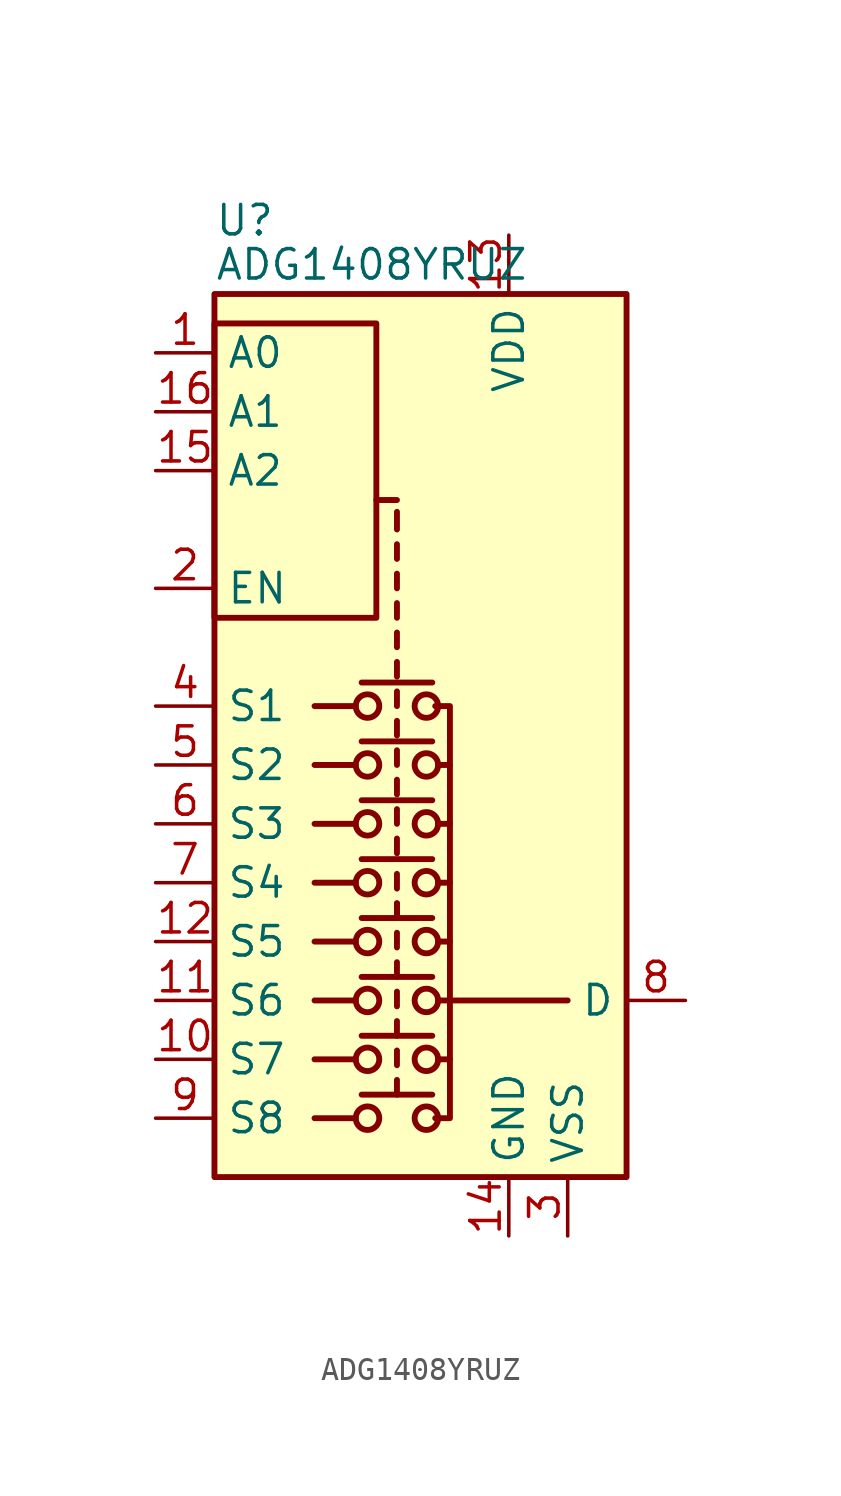
<source format=kicad_sym>
(kicad_symbol_lib
  (version 20220914)
  (generator kicad_symbol_editor)
  (symbol "ADG1408YRUZ"
    (property "Reference" "U"
      (at -7.62 23.495 0)
      (effects (font (size 1.27 1.27)) (justify left)))
    (property "Value" "ADG1408YRUZ"
      (at -7.62 21.59 0)
      (effects (font (size 1.27 1.27)) (justify left)))
    (symbol "ADG1408YRUZ_0_0"
      (pin power_in line (at 5.08 -20.32 90) (length 2.54) (name "GND" (effects (font (size 1.27 1.27)))) (number "14" (effects (font (size 1.27 1.27))))))
    (symbol "ADG1408YRUZ_0_1"
      (rectangle (start -7.62 6.35) (end -0.635 19.05) (stroke (width 0.254) (type default)) (fill (type none)))
      (rectangle (start -7.62 20.32) (end 10.16 -17.78) (stroke (width 0.254) (type default)) (fill (type background)))
      (circle (center -1.016 -15.24) (radius 0.508) (stroke (width 0.254) (type default)) (fill (type none)))
      (circle (center -1.016 -12.7) (radius 0.508) (stroke (width 0.254) (type default)) (fill (type none)))
      (circle (center -1.016 -10.16) (radius 0.508) (stroke (width 0.254) (type default)) (fill (type none)))
      (circle (center -1.016 -7.62) (radius 0.508) (stroke (width 0.254) (type default)) (fill (type none)))
      (circle (center -1.016 -5.08) (radius 0.508) (stroke (width 0.254) (type default)) (fill (type none)))
      (circle (center -1.016 -2.54) (radius 0.508) (stroke (width 0.254) (type default)) (fill (type none)))
      (circle (center -1.016 0) (radius 0.508) (stroke (width 0.254) (type default)) (fill (type none)))
      (circle (center -1.016 2.54) (radius 0.508) (stroke (width 0.254) (type default)) (fill (type none)))
      (polyline (pts (xy -1.524 -15.24) (xy -3.302 -15.24)) (stroke (width 0.254) (type default)) (fill (type none)))
      (polyline (pts (xy -1.524 -12.7) (xy -3.302 -12.7)) (stroke (width 0.254) (type default)) (fill (type none)))
      (polyline (pts (xy -1.524 -10.16) (xy -3.302 -10.16)) (stroke (width 0.254) (type default)) (fill (type none)))
      (polyline (pts (xy -1.524 -7.62) (xy -3.302 -7.62)) (stroke (width 0.254) (type default)) (fill (type none)))
      (polyline (pts (xy -1.524 -5.08) (xy -3.302 -5.08)) (stroke (width 0.254) (type default)) (fill (type none)))
      (polyline (pts (xy -1.524 -2.54) (xy -3.302 -2.54)) (stroke (width 0.254) (type default)) (fill (type none)))
      (polyline (pts (xy -1.524 0) (xy -3.302 0)) (stroke (width 0.254) (type default)) (fill (type none)))
      (polyline (pts (xy -1.524 2.54) (xy -3.302 2.54)) (stroke (width 0.254) (type default)) (fill (type none)))
      (polyline (pts (xy -1.27 -14.224) (xy 1.778 -14.224)) (stroke (width 0.254) (type default)) (fill (type none)))
      (polyline (pts (xy -1.27 -11.684) (xy 1.778 -11.684)) (stroke (width 0.254) (type default)) (fill (type none)))
      (polyline (pts (xy -1.27 -9.144) (xy 1.778 -9.144)) (stroke (width 0.254) (type default)) (fill (type none)))
      (polyline (pts (xy -1.27 -6.604) (xy 1.778 -6.604)) (stroke (width 0.254) (type default)) (fill (type none)))
      (polyline (pts (xy -1.27 -4.064) (xy 1.778 -4.064)) (stroke (width 0.254) (type default)) (fill (type none)))
      (polyline (pts (xy -1.27 -1.524) (xy 1.778 -1.524)) (stroke (width 0.254) (type default)) (fill (type none)))
      (polyline (pts (xy -1.27 1.016) (xy 1.778 1.016)) (stroke (width 0.254) (type default)) (fill (type none)))
      (polyline (pts (xy -1.27 3.556) (xy 1.778 3.556)) (stroke (width 0.254) (type default)) (fill (type none)))
      (polyline (pts (xy -0.635 11.43) (xy 0 11.43)) (stroke (width 0.254) (type default)) (fill (type none)))
      (polyline (pts (xy 0.254 -14.224) (xy 0.254 -13.589)) (stroke (width 0.254) (type default)) (fill (type none)))
      (polyline (pts (xy 0.254 -12.954) (xy 0.254 -12.319)) (stroke (width 0.254) (type default)) (fill (type none)))
      (polyline (pts (xy 0.254 -11.684) (xy 0.254 -11.049)) (stroke (width 0.254) (type default)) (fill (type none)))
      (polyline (pts (xy 0.254 -10.414) (xy 0.254 -9.779)) (stroke (width 0.254) (type default)) (fill (type none)))
      (polyline (pts (xy 0.254 -9.144) (xy 0.254 -8.509)) (stroke (width 0.254) (type default)) (fill (type none)))
      (polyline (pts (xy 0.254 -7.874) (xy 0.254 -7.239)) (stroke (width 0.254) (type default)) (fill (type none)))
      (polyline (pts (xy 0.254 -6.604) (xy 0.254 -5.969)) (stroke (width 0.254) (type default)) (fill (type none)))
      (polyline (pts (xy 0.254 -6.604) (xy 0.254 -5.969)) (stroke (width 0.254) (type default)) (fill (type none)))
      (polyline (pts (xy 0.254 -5.334) (xy 0.254 -4.699)) (stroke (width 0.254) (type default)) (fill (type none)))
      (polyline (pts (xy 0.254 -3.81) (xy 0.254 -3.175)) (stroke (width 0.254) (type default)) (fill (type none)))
      (polyline (pts (xy 0.254 -2.54) (xy 0.254 -1.905)) (stroke (width 0.254) (type default)) (fill (type none)))
      (polyline (pts (xy 0.254 -1.27) (xy 0.254 -0.635)) (stroke (width 0.254) (type default)) (fill (type none)))
      (polyline (pts (xy 0.254 0) (xy 0.254 0.635)) (stroke (width 0.254) (type default)) (fill (type none)))
      (polyline (pts (xy 0.254 1.27) (xy 0.254 1.905)) (stroke (width 0.254) (type default)) (fill (type none)))
      (polyline (pts (xy 0.254 2.54) (xy 0.254 3.175)) (stroke (width 0.254) (type default)) (fill (type none)))
      (polyline (pts (xy 0.254 3.81) (xy 0.254 4.445)) (stroke (width 0.254) (type default)) (fill (type none)))
      (polyline (pts (xy 0.254 5.08) (xy 0.254 5.715)) (stroke (width 0.254) (type default)) (fill (type none)))
      (polyline (pts (xy 0.254 6.35) (xy 0.254 6.985)) (stroke (width 0.254) (type default)) (fill (type none)))
      (polyline (pts (xy 0.254 7.62) (xy 0.254 8.255)) (stroke (width 0.254) (type default)) (fill (type none)))
      (polyline (pts (xy 0.254 8.89) (xy 0.254 9.525)) (stroke (width 0.254) (type default)) (fill (type none)))
      (polyline (pts (xy 0.254 10.16) (xy 0.254 10.922)) (stroke (width 0.254) (type default)) (fill (type none)))
      (polyline (pts (xy 0.254 11.43) (xy 0 11.43)) (stroke (width 0.254) (type default)) (fill (type none)))
      (polyline (pts (xy 2.032 -12.7) (xy 2.54 -12.7)) (stroke (width 0.254) (type default)) (fill (type none)))
      (polyline (pts (xy 2.032 -10.16) (xy 2.54 -10.16)) (stroke (width 0.254) (type default)) (fill (type none)))
      (polyline (pts (xy 2.032 -7.62) (xy 2.54 -7.62)) (stroke (width 0.254) (type default)) (fill (type none)))
      (polyline (pts (xy 2.032 -5.08) (xy 2.54 -5.08)) (stroke (width 0.254) (type default)) (fill (type none)))
      (polyline (pts (xy 2.032 -2.54) (xy 2.54 -2.54)) (stroke (width 0.254) (type default)) (fill (type none)))
      (polyline (pts (xy 2.032 0) (xy 2.54 0)) (stroke (width 0.254) (type default)) (fill (type none)))
      (polyline (pts (xy 2.54 -10.16) (xy 7.62 -10.16)) (stroke (width 0.254) (type default)) (fill (type none)))
      (polyline (pts (xy 1.905 2.54) (xy 2.54 2.54) (xy 2.54 -15.24) (xy 1.905 -15.24)) (stroke (width 0.254) (type default)) (fill (type none)))
      (circle (center 1.524 -15.24) (radius 0.508) (stroke (width 0.254) (type default)) (fill (type none)))
      (circle (center 1.524 -12.7) (radius 0.508) (stroke (width 0.254) (type default)) (fill (type none)))
      (circle (center 1.524 -10.16) (radius 0.508) (stroke (width 0.254) (type default)) (fill (type none)))
      (circle (center 1.524 -7.62) (radius 0.508) (stroke (width 0.254) (type default)) (fill (type none)))
      (circle (center 1.524 -5.08) (radius 0.508) (stroke (width 0.254) (type default)) (fill (type none)))
      (circle (center 1.524 -2.54) (radius 0.508) (stroke (width 0.254) (type default)) (fill (type none)))
      (circle (center 1.524 0) (radius 0.508) (stroke (width 0.254) (type default)) (fill (type none)))
      (circle (center 1.524 2.54) (radius 0.508) (stroke (width 0.254) (type default)) (fill (type none))))
    (symbol "ADG1408YRUZ_1_1"
      (pin input line (at -10.16 17.78 0) (length 2.54) (name "A0" (effects (font (size 1.27 1.27)))) (number "1" (effects (font (size 1.27 1.27)))))
      (pin bidirectional line (at -10.16 -12.7 0) (length 2.54) (name "S7" (effects (font (size 1.27 1.27)))) (number "10" (effects (font (size 1.27 1.27)))))
      (pin bidirectional line (at -10.16 -10.16 0) (length 2.54) (name "S6" (effects (font (size 1.27 1.27)))) (number "11" (effects (font (size 1.27 1.27)))))
      (pin bidirectional line (at -10.16 -7.62 0) (length 2.54) (name "S5" (effects (font (size 1.27 1.27)))) (number "12" (effects (font (size 1.27 1.27)))))
      (pin power_in line (at 5.08 22.86 270) (length 2.54) (name "VDD" (effects (font (size 1.27 1.27)))) (number "13" (effects (font (size 1.27 1.27)))))
      (pin input line (at -10.16 12.7 0) (length 2.54) (name "A2" (effects (font (size 1.27 1.27)))) (number "15" (effects (font (size 1.27 1.27)))))
      (pin input line (at -10.16 15.24 0) (length 2.54) (name "A1" (effects (font (size 1.27 1.27)))) (number "16" (effects (font (size 1.27 1.27)))))
      (pin input line (at -10.16 7.62 0) (length 2.54) (name "EN" (effects (font (size 1.27 1.27)))) (number "2" (effects (font (size 1.27 1.27)))))
      (pin power_in line (at 7.62 -20.32 90) (length 2.54) (name "VSS" (effects (font (size 1.27 1.27)))) (number "3" (effects (font (size 1.27 1.27)))))
      (pin bidirectional line (at -10.16 2.54 0) (length 2.54) (name "S1" (effects (font (size 1.27 1.27)))) (number "4" (effects (font (size 1.27 1.27)))))
      (pin bidirectional line (at -10.16 0 0) (length 2.54) (name "S2" (effects (font (size 1.27 1.27)))) (number "5" (effects (font (size 1.27 1.27)))))
      (pin bidirectional line (at -10.16 -2.54 0) (length 2.54) (name "S3" (effects (font (size 1.27 1.27)))) (number "6" (effects (font (size 1.27 1.27)))))
      (pin bidirectional line (at -10.16 -5.08 0) (length 2.54) (name "S4" (effects (font (size 1.27 1.27)))) (number "7" (effects (font (size 1.27 1.27)))))
      (pin bidirectional line (at 12.7 -10.16 180) (length 2.54) (name "D" (effects (font (size 1.27 1.27)))) (number "8" (effects (font (size 1.27 1.27)))))
      (pin bidirectional line (at -10.16 -15.24 0) (length 2.54) (name "S8" (effects (font (size 1.27 1.27)))) (number "9" (effects (font (size 1.27 1.27))))))))
</source>
